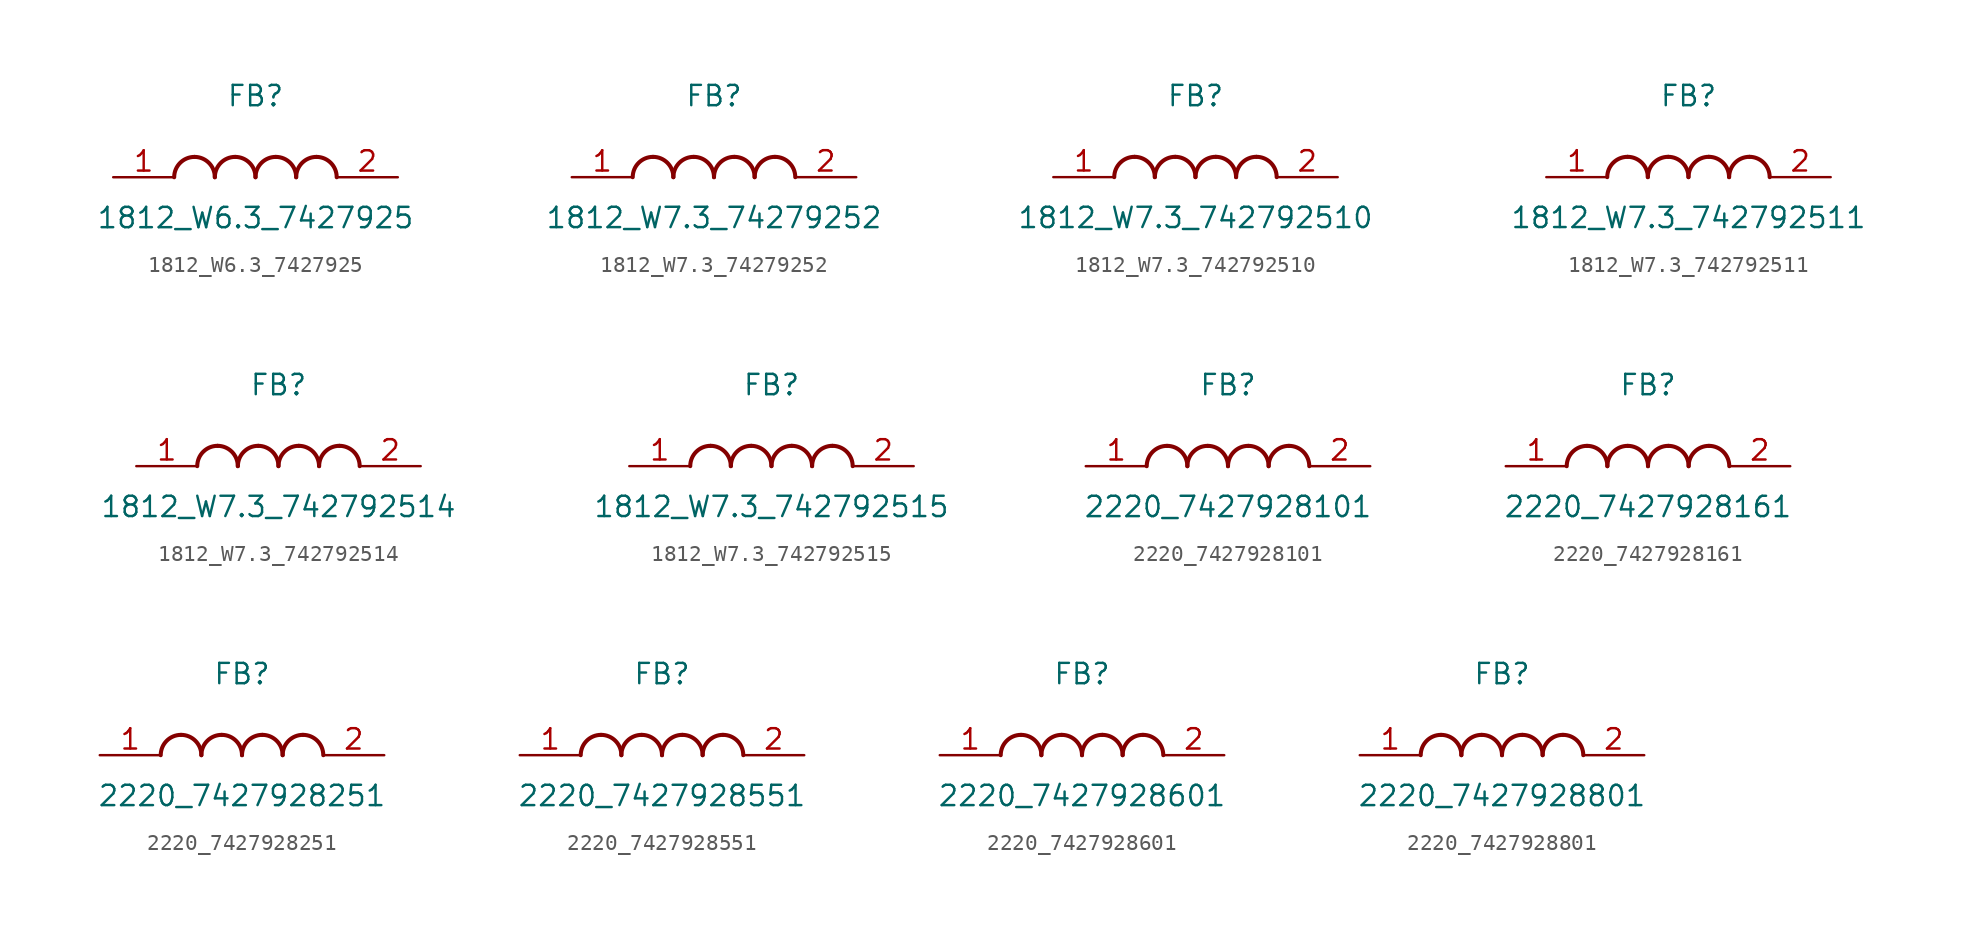
<source format=kicad_sym>
(kicad_symbol_lib
  (version 20211014)
  (generator kicad_symbol_editor)
  (symbol "Ferrite_Wurth_WE-CBF:1812_W6.3_7427925"
    (pin_names hide)
    (property "Reference" "FB"
      (at 0 5.08 0)
      (effects (font (size 1.27 1.27))))
    (property "Value" "1812_W6.3_7427925"
      (at 0 -2.54 0)
      (effects (font (size 1.27 1.27))))
    (symbol "1812_W6.3_7427925_0_1"
      (arc (start -3.81 1.27) (mid -4.708 0.898) (end -5.08 0) (stroke (width 0.254) (type default)) (fill (type none)))
      (arc (start -2.54 0) (mid -2.912 0.898) (end -3.81 1.27) (stroke (width 0.254) (type default)) (fill (type none)))
      (arc (start -1.2699 1.2701) (mid -2.1679 0.8981) (end -2.5399 0.0001) (stroke (width 0.254) (type default)) (fill (type none)))
      (arc (start 0.0001 0.0001) (mid -0.3719 0.8981) (end -1.2699 1.2701) (stroke (width 0.254) (type default)) (fill (type none)))
      (arc (start 1.2701 1.2701) (mid 0.3721 0.8981) (end 0.0001 0.0001) (stroke (width 0.254) (type default)) (fill (type none)))
      (arc (start 2.5401 0.0001) (mid 2.1681 0.8981) (end 1.2701 1.2701) (stroke (width 0.254) (type default)) (fill (type none)))
      (arc (start 3.8101 1.2701) (mid 2.9121 0.8981) (end 2.5401 0.0001) (stroke (width 0.254) (type default)) (fill (type none)))
      (arc (start 5.0801 0.0001) (mid 4.7081 0.8981) (end 3.8101 1.2701) (stroke (width 0.254) (type default)) (fill (type none))))
    (symbol "1812_W6.3_7427925_1_1"
      (pin passive line (at -8.89 0 0) (length 3.81) (name "1" (effects (font (size 1.27 1.27)))) (number "1" (effects (font (size 1.27 1.27)))))
      (pin passive line (at 8.89 0 180) (length 3.81) (name "2" (effects (font (size 1.27 1.27)))) (number "2" (effects (font (size 1.27 1.27)))))))
  (symbol "Ferrite_Wurth_WE-CBF:1812_W7.3_74279252"
    (pin_names hide)
    (property "Reference" "FB"
      (at 0 5.08 0)
      (effects (font (size 1.27 1.27))))
    (property "Value" "1812_W7.3_74279252"
      (at 0 -2.54 0)
      (effects (font (size 1.27 1.27))))
    (symbol "1812_W7.3_74279252_0_1"
      (arc (start -3.81 1.27) (mid -4.708 0.898) (end -5.08 0) (stroke (width 0.254) (type default)) (fill (type none)))
      (arc (start -2.54 0) (mid -2.912 0.898) (end -3.81 1.27) (stroke (width 0.254) (type default)) (fill (type none)))
      (arc (start -1.2699 1.2701) (mid -2.1679 0.8981) (end -2.5399 0.0001) (stroke (width 0.254) (type default)) (fill (type none)))
      (arc (start 0.0001 0.0001) (mid -0.3719 0.8981) (end -1.2699 1.2701) (stroke (width 0.254) (type default)) (fill (type none)))
      (arc (start 1.2701 1.2701) (mid 0.3721 0.8981) (end 0.0001 0.0001) (stroke (width 0.254) (type default)) (fill (type none)))
      (arc (start 2.5401 0.0001) (mid 2.1681 0.8981) (end 1.2701 1.2701) (stroke (width 0.254) (type default)) (fill (type none)))
      (arc (start 3.8101 1.2701) (mid 2.9121 0.8981) (end 2.5401 0.0001) (stroke (width 0.254) (type default)) (fill (type none)))
      (arc (start 5.0801 0.0001) (mid 4.7081 0.8981) (end 3.8101 1.2701) (stroke (width 0.254) (type default)) (fill (type none))))
    (symbol "1812_W7.3_74279252_1_1"
      (pin passive line (at -8.89 0 0) (length 3.81) (name "1" (effects (font (size 1.27 1.27)))) (number "1" (effects (font (size 1.27 1.27)))))
      (pin passive line (at 8.89 0 180) (length 3.81) (name "2" (effects (font (size 1.27 1.27)))) (number "2" (effects (font (size 1.27 1.27)))))))
  (symbol "Ferrite_Wurth_WE-CBF:1812_W7.3_742792510"
    (pin_names hide)
    (property "Reference" "FB"
      (at 0 5.08 0)
      (effects (font (size 1.27 1.27))))
    (property "Value" "1812_W7.3_742792510"
      (at 0 -2.54 0)
      (effects (font (size 1.27 1.27))))
    (symbol "1812_W7.3_742792510_0_1"
      (arc (start -3.81 1.27) (mid -4.708 0.898) (end -5.08 0) (stroke (width 0.254) (type default)) (fill (type none)))
      (arc (start -2.54 0) (mid -2.912 0.898) (end -3.81 1.27) (stroke (width 0.254) (type default)) (fill (type none)))
      (arc (start -1.2699 1.2701) (mid -2.1679 0.8981) (end -2.5399 0.0001) (stroke (width 0.254) (type default)) (fill (type none)))
      (arc (start 0.0001 0.0001) (mid -0.3719 0.8981) (end -1.2699 1.2701) (stroke (width 0.254) (type default)) (fill (type none)))
      (arc (start 1.2701 1.2701) (mid 0.3721 0.8981) (end 0.0001 0.0001) (stroke (width 0.254) (type default)) (fill (type none)))
      (arc (start 2.5401 0.0001) (mid 2.1681 0.8981) (end 1.2701 1.2701) (stroke (width 0.254) (type default)) (fill (type none)))
      (arc (start 3.8101 1.2701) (mid 2.9121 0.8981) (end 2.5401 0.0001) (stroke (width 0.254) (type default)) (fill (type none)))
      (arc (start 5.0801 0.0001) (mid 4.7081 0.8981) (end 3.8101 1.2701) (stroke (width 0.254) (type default)) (fill (type none))))
    (symbol "1812_W7.3_742792510_1_1"
      (pin passive line (at -8.89 0 0) (length 3.81) (name "1" (effects (font (size 1.27 1.27)))) (number "1" (effects (font (size 1.27 1.27)))))
      (pin passive line (at 8.89 0 180) (length 3.81) (name "2" (effects (font (size 1.27 1.27)))) (number "2" (effects (font (size 1.27 1.27)))))))
  (symbol "Ferrite_Wurth_WE-CBF:1812_W7.3_742792511"
    (pin_names hide)
    (property "Reference" "FB"
      (at 0 5.08 0)
      (effects (font (size 1.27 1.27))))
    (property "Value" "1812_W7.3_742792511"
      (at 0 -2.54 0)
      (effects (font (size 1.27 1.27))))
    (symbol "1812_W7.3_742792511_0_1"
      (arc (start -3.81 1.27) (mid -4.708 0.898) (end -5.08 0) (stroke (width 0.254) (type default)) (fill (type none)))
      (arc (start -2.54 0) (mid -2.912 0.898) (end -3.81 1.27) (stroke (width 0.254) (type default)) (fill (type none)))
      (arc (start -1.2699 1.2701) (mid -2.1679 0.8981) (end -2.5399 0.0001) (stroke (width 0.254) (type default)) (fill (type none)))
      (arc (start 0.0001 0.0001) (mid -0.3719 0.8981) (end -1.2699 1.2701) (stroke (width 0.254) (type default)) (fill (type none)))
      (arc (start 1.2701 1.2701) (mid 0.3721 0.8981) (end 0.0001 0.0001) (stroke (width 0.254) (type default)) (fill (type none)))
      (arc (start 2.5401 0.0001) (mid 2.1681 0.8981) (end 1.2701 1.2701) (stroke (width 0.254) (type default)) (fill (type none)))
      (arc (start 3.8101 1.2701) (mid 2.9121 0.8981) (end 2.5401 0.0001) (stroke (width 0.254) (type default)) (fill (type none)))
      (arc (start 5.0801 0.0001) (mid 4.7081 0.8981) (end 3.8101 1.2701) (stroke (width 0.254) (type default)) (fill (type none))))
    (symbol "1812_W7.3_742792511_1_1"
      (pin passive line (at -8.89 0 0) (length 3.81) (name "1" (effects (font (size 1.27 1.27)))) (number "1" (effects (font (size 1.27 1.27)))))
      (pin passive line (at 8.89 0 180) (length 3.81) (name "2" (effects (font (size 1.27 1.27)))) (number "2" (effects (font (size 1.27 1.27)))))))
  (symbol "Ferrite_Wurth_WE-CBF:1812_W7.3_742792514"
    (pin_names hide)
    (property "Reference" "FB"
      (at 0 5.08 0)
      (effects (font (size 1.27 1.27))))
    (property "Value" "1812_W7.3_742792514"
      (at 0 -2.54 0)
      (effects (font (size 1.27 1.27))))
    (symbol "1812_W7.3_742792514_0_1"
      (arc (start -3.81 1.27) (mid -4.708 0.898) (end -5.08 0) (stroke (width 0.254) (type default)) (fill (type none)))
      (arc (start -2.54 0) (mid -2.912 0.898) (end -3.81 1.27) (stroke (width 0.254) (type default)) (fill (type none)))
      (arc (start -1.2699 1.2701) (mid -2.1679 0.8981) (end -2.5399 0.0001) (stroke (width 0.254) (type default)) (fill (type none)))
      (arc (start 0.0001 0.0001) (mid -0.3719 0.8981) (end -1.2699 1.2701) (stroke (width 0.254) (type default)) (fill (type none)))
      (arc (start 1.2701 1.2701) (mid 0.3721 0.8981) (end 0.0001 0.0001) (stroke (width 0.254) (type default)) (fill (type none)))
      (arc (start 2.5401 0.0001) (mid 2.1681 0.8981) (end 1.2701 1.2701) (stroke (width 0.254) (type default)) (fill (type none)))
      (arc (start 3.8101 1.2701) (mid 2.9121 0.8981) (end 2.5401 0.0001) (stroke (width 0.254) (type default)) (fill (type none)))
      (arc (start 5.0801 0.0001) (mid 4.7081 0.8981) (end 3.8101 1.2701) (stroke (width 0.254) (type default)) (fill (type none))))
    (symbol "1812_W7.3_742792514_1_1"
      (pin passive line (at -8.89 0 0) (length 3.81) (name "1" (effects (font (size 1.27 1.27)))) (number "1" (effects (font (size 1.27 1.27)))))
      (pin passive line (at 8.89 0 180) (length 3.81) (name "2" (effects (font (size 1.27 1.27)))) (number "2" (effects (font (size 1.27 1.27)))))))
  (symbol "Ferrite_Wurth_WE-CBF:1812_W7.3_742792515"
    (pin_names hide)
    (property "Reference" "FB"
      (at 0 5.08 0)
      (effects (font (size 1.27 1.27))))
    (property "Value" "1812_W7.3_742792515"
      (at 0 -2.54 0)
      (effects (font (size 1.27 1.27))))
    (symbol "1812_W7.3_742792515_0_1"
      (arc (start -3.81 1.27) (mid -4.708 0.898) (end -5.08 0) (stroke (width 0.254) (type default)) (fill (type none)))
      (arc (start -2.54 0) (mid -2.912 0.898) (end -3.81 1.27) (stroke (width 0.254) (type default)) (fill (type none)))
      (arc (start -1.2699 1.2701) (mid -2.1679 0.8981) (end -2.5399 0.0001) (stroke (width 0.254) (type default)) (fill (type none)))
      (arc (start 0.0001 0.0001) (mid -0.3719 0.8981) (end -1.2699 1.2701) (stroke (width 0.254) (type default)) (fill (type none)))
      (arc (start 1.2701 1.2701) (mid 0.3721 0.8981) (end 0.0001 0.0001) (stroke (width 0.254) (type default)) (fill (type none)))
      (arc (start 2.5401 0.0001) (mid 2.1681 0.8981) (end 1.2701 1.2701) (stroke (width 0.254) (type default)) (fill (type none)))
      (arc (start 3.8101 1.2701) (mid 2.9121 0.8981) (end 2.5401 0.0001) (stroke (width 0.254) (type default)) (fill (type none)))
      (arc (start 5.0801 0.0001) (mid 4.7081 0.8981) (end 3.8101 1.2701) (stroke (width 0.254) (type default)) (fill (type none))))
    (symbol "1812_W7.3_742792515_1_1"
      (pin passive line (at -8.89 0 0) (length 3.81) (name "1" (effects (font (size 1.27 1.27)))) (number "1" (effects (font (size 1.27 1.27)))))
      (pin passive line (at 8.89 0 180) (length 3.81) (name "2" (effects (font (size 1.27 1.27)))) (number "2" (effects (font (size 1.27 1.27)))))))
  (symbol "Ferrite_Wurth_WE-CBF:2220_7427928101"
    (pin_names hide)
    (property "Reference" "FB"
      (at 0 5.08 0)
      (effects (font (size 1.27 1.27))))
    (property "Value" "2220_7427928101"
      (at 0 -2.54 0)
      (effects (font (size 1.27 1.27))))
    (symbol "2220_7427928101_0_1"
      (arc (start -3.81 1.27) (mid -4.708 0.898) (end -5.08 0) (stroke (width 0.254) (type default)) (fill (type none)))
      (arc (start -2.54 0) (mid -2.912 0.898) (end -3.81 1.27) (stroke (width 0.254) (type default)) (fill (type none)))
      (arc (start -1.2699 1.2701) (mid -2.1679 0.8981) (end -2.5399 0.0001) (stroke (width 0.254) (type default)) (fill (type none)))
      (arc (start 0.0001 0.0001) (mid -0.3719 0.8981) (end -1.2699 1.2701) (stroke (width 0.254) (type default)) (fill (type none)))
      (arc (start 1.2701 1.2701) (mid 0.3721 0.8981) (end 0.0001 0.0001) (stroke (width 0.254) (type default)) (fill (type none)))
      (arc (start 2.5401 0.0001) (mid 2.1681 0.8981) (end 1.2701 1.2701) (stroke (width 0.254) (type default)) (fill (type none)))
      (arc (start 3.8101 1.2701) (mid 2.9121 0.8981) (end 2.5401 0.0001) (stroke (width 0.254) (type default)) (fill (type none)))
      (arc (start 5.0801 0.0001) (mid 4.7081 0.8981) (end 3.8101 1.2701) (stroke (width 0.254) (type default)) (fill (type none))))
    (symbol "2220_7427928101_1_1"
      (pin passive line (at -8.89 0 0) (length 3.81) (name "1" (effects (font (size 1.27 1.27)))) (number "1" (effects (font (size 1.27 1.27)))))
      (pin passive line (at 8.89 0 180) (length 3.81) (name "2" (effects (font (size 1.27 1.27)))) (number "2" (effects (font (size 1.27 1.27)))))))
  (symbol "Ferrite_Wurth_WE-CBF:2220_7427928161"
    (pin_names hide)
    (property "Reference" "FB"
      (at 0 5.08 0)
      (effects (font (size 1.27 1.27))))
    (property "Value" "2220_7427928161"
      (at 0 -2.54 0)
      (effects (font (size 1.27 1.27))))
    (symbol "2220_7427928161_0_1"
      (arc (start -3.81 1.27) (mid -4.708 0.898) (end -5.08 0) (stroke (width 0.254) (type default)) (fill (type none)))
      (arc (start -2.54 0) (mid -2.912 0.898) (end -3.81 1.27) (stroke (width 0.254) (type default)) (fill (type none)))
      (arc (start -1.2699 1.2701) (mid -2.1679 0.8981) (end -2.5399 0.0001) (stroke (width 0.254) (type default)) (fill (type none)))
      (arc (start 0.0001 0.0001) (mid -0.3719 0.8981) (end -1.2699 1.2701) (stroke (width 0.254) (type default)) (fill (type none)))
      (arc (start 1.2701 1.2701) (mid 0.3721 0.8981) (end 0.0001 0.0001) (stroke (width 0.254) (type default)) (fill (type none)))
      (arc (start 2.5401 0.0001) (mid 2.1681 0.8981) (end 1.2701 1.2701) (stroke (width 0.254) (type default)) (fill (type none)))
      (arc (start 3.8101 1.2701) (mid 2.9121 0.8981) (end 2.5401 0.0001) (stroke (width 0.254) (type default)) (fill (type none)))
      (arc (start 5.0801 0.0001) (mid 4.7081 0.8981) (end 3.8101 1.2701) (stroke (width 0.254) (type default)) (fill (type none))))
    (symbol "2220_7427928161_1_1"
      (pin passive line (at -8.89 0 0) (length 3.81) (name "1" (effects (font (size 1.27 1.27)))) (number "1" (effects (font (size 1.27 1.27)))))
      (pin passive line (at 8.89 0 180) (length 3.81) (name "2" (effects (font (size 1.27 1.27)))) (number "2" (effects (font (size 1.27 1.27)))))))
  (symbol "Ferrite_Wurth_WE-CBF:2220_7427928251"
    (pin_names hide)
    (property "Reference" "FB"
      (at 0 5.08 0)
      (effects (font (size 1.27 1.27))))
    (property "Value" "2220_7427928251"
      (at 0 -2.54 0)
      (effects (font (size 1.27 1.27))))
    (symbol "2220_7427928251_0_1"
      (arc (start -3.81 1.27) (mid -4.708 0.898) (end -5.08 0) (stroke (width 0.254) (type default)) (fill (type none)))
      (arc (start -2.54 0) (mid -2.912 0.898) (end -3.81 1.27) (stroke (width 0.254) (type default)) (fill (type none)))
      (arc (start -1.2699 1.2701) (mid -2.1679 0.8981) (end -2.5399 0.0001) (stroke (width 0.254) (type default)) (fill (type none)))
      (arc (start 0.0001 0.0001) (mid -0.3719 0.8981) (end -1.2699 1.2701) (stroke (width 0.254) (type default)) (fill (type none)))
      (arc (start 1.2701 1.2701) (mid 0.3721 0.8981) (end 0.0001 0.0001) (stroke (width 0.254) (type default)) (fill (type none)))
      (arc (start 2.5401 0.0001) (mid 2.1681 0.8981) (end 1.2701 1.2701) (stroke (width 0.254) (type default)) (fill (type none)))
      (arc (start 3.8101 1.2701) (mid 2.9121 0.8981) (end 2.5401 0.0001) (stroke (width 0.254) (type default)) (fill (type none)))
      (arc (start 5.0801 0.0001) (mid 4.7081 0.8981) (end 3.8101 1.2701) (stroke (width 0.254) (type default)) (fill (type none))))
    (symbol "2220_7427928251_1_1"
      (pin passive line (at -8.89 0 0) (length 3.81) (name "1" (effects (font (size 1.27 1.27)))) (number "1" (effects (font (size 1.27 1.27)))))
      (pin passive line (at 8.89 0 180) (length 3.81) (name "2" (effects (font (size 1.27 1.27)))) (number "2" (effects (font (size 1.27 1.27)))))))
  (symbol "Ferrite_Wurth_WE-CBF:2220_7427928551"
    (pin_names hide)
    (property "Reference" "FB"
      (at 0 5.08 0)
      (effects (font (size 1.27 1.27))))
    (property "Value" "2220_7427928551"
      (at 0 -2.54 0)
      (effects (font (size 1.27 1.27))))
    (symbol "2220_7427928551_0_1"
      (arc (start -3.81 1.27) (mid -4.708 0.898) (end -5.08 0) (stroke (width 0.254) (type default)) (fill (type none)))
      (arc (start -2.54 0) (mid -2.912 0.898) (end -3.81 1.27) (stroke (width 0.254) (type default)) (fill (type none)))
      (arc (start -1.2699 1.2701) (mid -2.1679 0.8981) (end -2.5399 0.0001) (stroke (width 0.254) (type default)) (fill (type none)))
      (arc (start 0.0001 0.0001) (mid -0.3719 0.8981) (end -1.2699 1.2701) (stroke (width 0.254) (type default)) (fill (type none)))
      (arc (start 1.2701 1.2701) (mid 0.3721 0.8981) (end 0.0001 0.0001) (stroke (width 0.254) (type default)) (fill (type none)))
      (arc (start 2.5401 0.0001) (mid 2.1681 0.8981) (end 1.2701 1.2701) (stroke (width 0.254) (type default)) (fill (type none)))
      (arc (start 3.8101 1.2701) (mid 2.9121 0.8981) (end 2.5401 0.0001) (stroke (width 0.254) (type default)) (fill (type none)))
      (arc (start 5.0801 0.0001) (mid 4.7081 0.8981) (end 3.8101 1.2701) (stroke (width 0.254) (type default)) (fill (type none))))
    (symbol "2220_7427928551_1_1"
      (pin passive line (at -8.89 0 0) (length 3.81) (name "1" (effects (font (size 1.27 1.27)))) (number "1" (effects (font (size 1.27 1.27)))))
      (pin passive line (at 8.89 0 180) (length 3.81) (name "2" (effects (font (size 1.27 1.27)))) (number "2" (effects (font (size 1.27 1.27)))))))
  (symbol "Ferrite_Wurth_WE-CBF:2220_7427928601"
    (pin_names hide)
    (property "Reference" "FB"
      (at 0 5.08 0)
      (effects (font (size 1.27 1.27))))
    (property "Value" "2220_7427928601"
      (at 0 -2.54 0)
      (effects (font (size 1.27 1.27))))
    (symbol "2220_7427928601_0_1"
      (arc (start -3.81 1.27) (mid -4.708 0.898) (end -5.08 0) (stroke (width 0.254) (type default)) (fill (type none)))
      (arc (start -2.54 0) (mid -2.912 0.898) (end -3.81 1.27) (stroke (width 0.254) (type default)) (fill (type none)))
      (arc (start -1.2699 1.2701) (mid -2.1679 0.8981) (end -2.5399 0.0001) (stroke (width 0.254) (type default)) (fill (type none)))
      (arc (start 0.0001 0.0001) (mid -0.3719 0.8981) (end -1.2699 1.2701) (stroke (width 0.254) (type default)) (fill (type none)))
      (arc (start 1.2701 1.2701) (mid 0.3721 0.8981) (end 0.0001 0.0001) (stroke (width 0.254) (type default)) (fill (type none)))
      (arc (start 2.5401 0.0001) (mid 2.1681 0.8981) (end 1.2701 1.2701) (stroke (width 0.254) (type default)) (fill (type none)))
      (arc (start 3.8101 1.2701) (mid 2.9121 0.8981) (end 2.5401 0.0001) (stroke (width 0.254) (type default)) (fill (type none)))
      (arc (start 5.0801 0.0001) (mid 4.7081 0.8981) (end 3.8101 1.2701) (stroke (width 0.254) (type default)) (fill (type none))))
    (symbol "2220_7427928601_1_1"
      (pin passive line (at -8.89 0 0) (length 3.81) (name "1" (effects (font (size 1.27 1.27)))) (number "1" (effects (font (size 1.27 1.27)))))
      (pin passive line (at 8.89 0 180) (length 3.81) (name "2" (effects (font (size 1.27 1.27)))) (number "2" (effects (font (size 1.27 1.27)))))))
  (symbol "Ferrite_Wurth_WE-CBF:2220_7427928801"
    (pin_names hide)
    (property "Reference" "FB"
      (at 0 5.08 0)
      (effects (font (size 1.27 1.27))))
    (property "Value" "2220_7427928801"
      (at 0 -2.54 0)
      (effects (font (size 1.27 1.27))))
    (symbol "2220_7427928801_0_1"
      (arc (start -3.81 1.27) (mid -4.708 0.898) (end -5.08 0) (stroke (width 0.254) (type default)) (fill (type none)))
      (arc (start -2.54 0) (mid -2.912 0.898) (end -3.81 1.27) (stroke (width 0.254) (type default)) (fill (type none)))
      (arc (start -1.2699 1.2701) (mid -2.1679 0.8981) (end -2.5399 0.0001) (stroke (width 0.254) (type default)) (fill (type none)))
      (arc (start 0.0001 0.0001) (mid -0.3719 0.8981) (end -1.2699 1.2701) (stroke (width 0.254) (type default)) (fill (type none)))
      (arc (start 1.2701 1.2701) (mid 0.3721 0.8981) (end 0.0001 0.0001) (stroke (width 0.254) (type default)) (fill (type none)))
      (arc (start 2.5401 0.0001) (mid 2.1681 0.8981) (end 1.2701 1.2701) (stroke (width 0.254) (type default)) (fill (type none)))
      (arc (start 3.8101 1.2701) (mid 2.9121 0.8981) (end 2.5401 0.0001) (stroke (width 0.254) (type default)) (fill (type none)))
      (arc (start 5.0801 0.0001) (mid 4.7081 0.8981) (end 3.8101 1.2701) (stroke (width 0.254) (type default)) (fill (type none))))
    (symbol "2220_7427928801_1_1"
      (pin passive line (at -8.89 0 0) (length 3.81) (name "1" (effects (font (size 1.27 1.27)))) (number "1" (effects (font (size 1.27 1.27)))))
      (pin passive line (at 8.89 0 180) (length 3.81) (name "2" (effects (font (size 1.27 1.27)))) (number "2" (effects (font (size 1.27 1.27))))))))
</source>
